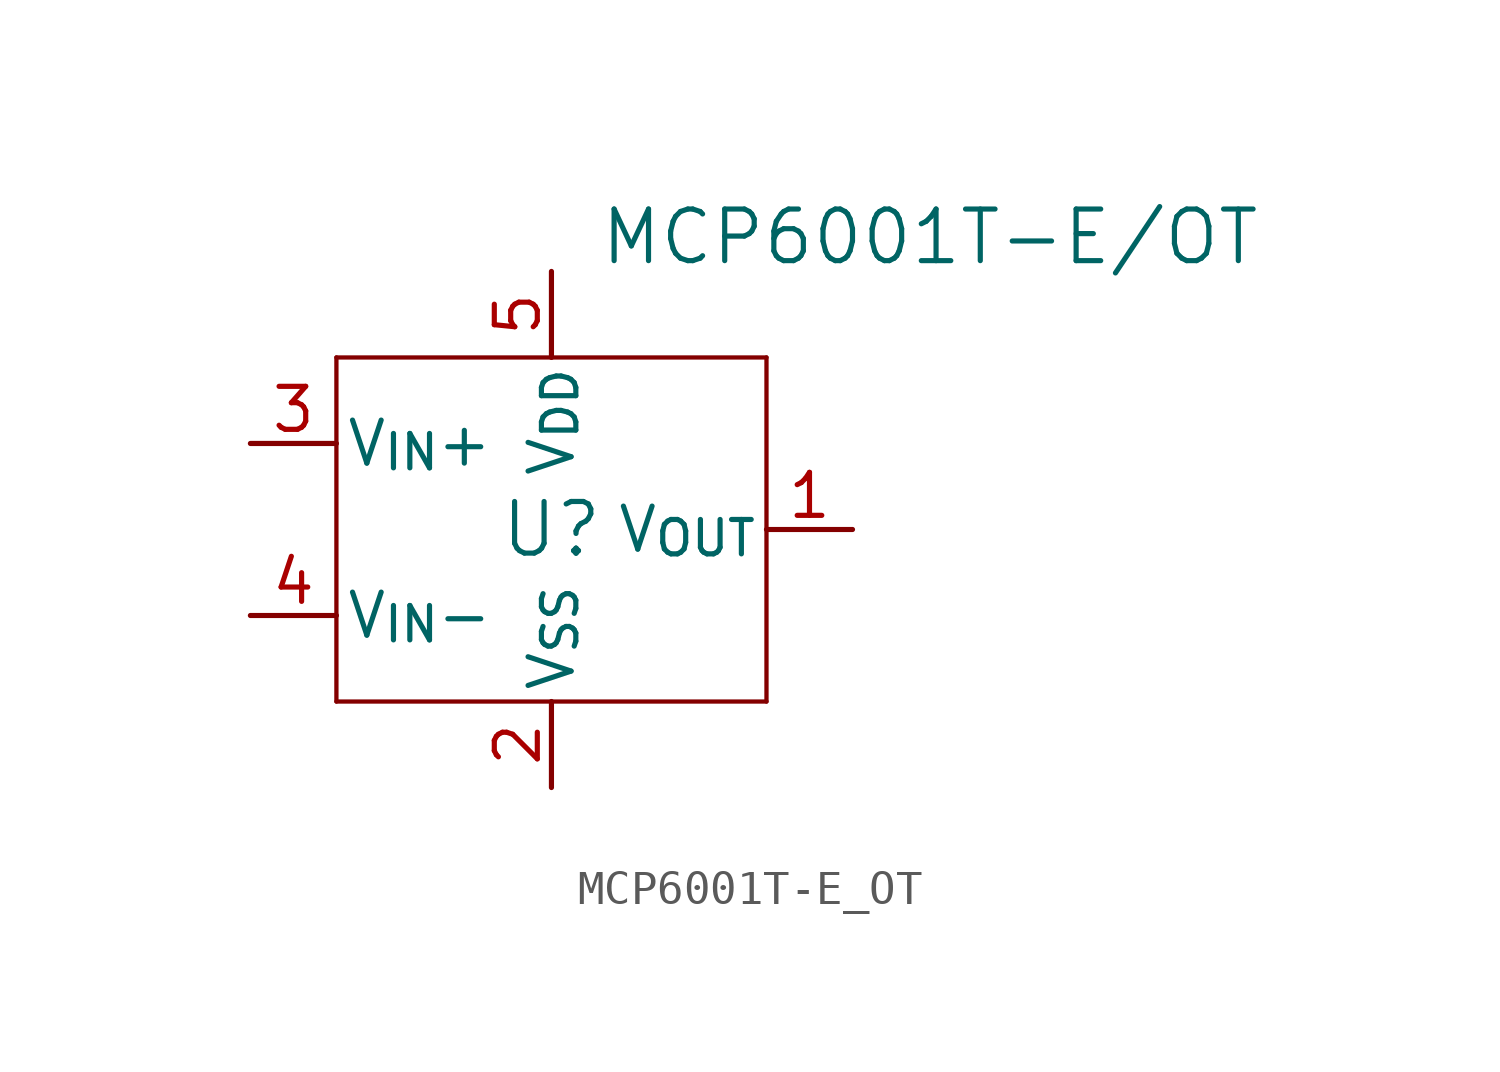
<source format=kicad_sym>
(kicad_symbol_lib
  (version 20231120)
  (generator "kicad_symbol_editor")
  (generator_version "8.0")
  (symbol "MCP6001T-E_OT"
    (pin_names
      (offset 0.254))
    (property "Reference" "U"
      (at 17.78 -5.08 0)
      (effects (font (size 1.524 1.524))))
    (property "Value" "MCP6001T-E/OT"
      (at 28.956 3.556 0)
      (effects (font (size 1.524 1.524))))
    (property "ki_locked" ""
      (at 0 0 0)
      (effects (font (size 1.27 1.27))))
    (symbol "MCP6001T-E_OT_0_1"
      (polyline (pts (xy 11.43 -10.16) (xy 24.13 -10.16)) (stroke (width 0.127) (type default)) (fill (type none)))
      (polyline (pts (xy 11.43 0) (xy 11.43 -10.16)) (stroke (width 0.127) (type default)) (fill (type none)))
      (polyline (pts (xy 24.13 -10.16) (xy 24.13 0)) (stroke (width 0.127) (type default)) (fill (type none)))
      (polyline (pts (xy 24.13 0) (xy 11.43 0)) (stroke (width 0.127) (type default)) (fill (type none))))
    (symbol "MCP6001T-E_OT_1_1"
      (pin output line (at 26.67 -5.08 180) (length 2.54) (name "V_{OUT}" (effects (font (size 1.27 1.27)))) (number "1" (effects (font (size 1.27 1.27)))))
      (pin power_out line (at 17.78 -12.7 90) (length 2.54) (name "V_{SS}" (effects (font (size 1.27 1.27)))) (number "2" (effects (font (size 1.27 1.27)))))
      (pin input line (at 8.89 -2.54 0) (length 2.54) (name "V_{IN}+" (effects (font (size 1.27 1.27)))) (number "3" (effects (font (size 1.27 1.27)))))
      (pin input line (at 8.89 -7.62 0) (length 2.54) (name "V_{IN}-" (effects (font (size 1.27 1.27)))) (number "4" (effects (font (size 1.27 1.27)))))
      (pin power_in line (at 17.78 2.54 270) (length 2.54) (name "V_{DD}" (effects (font (size 1.27 1.27)))) (number "5" (effects (font (size 1.27 1.27))))))))
</source>
